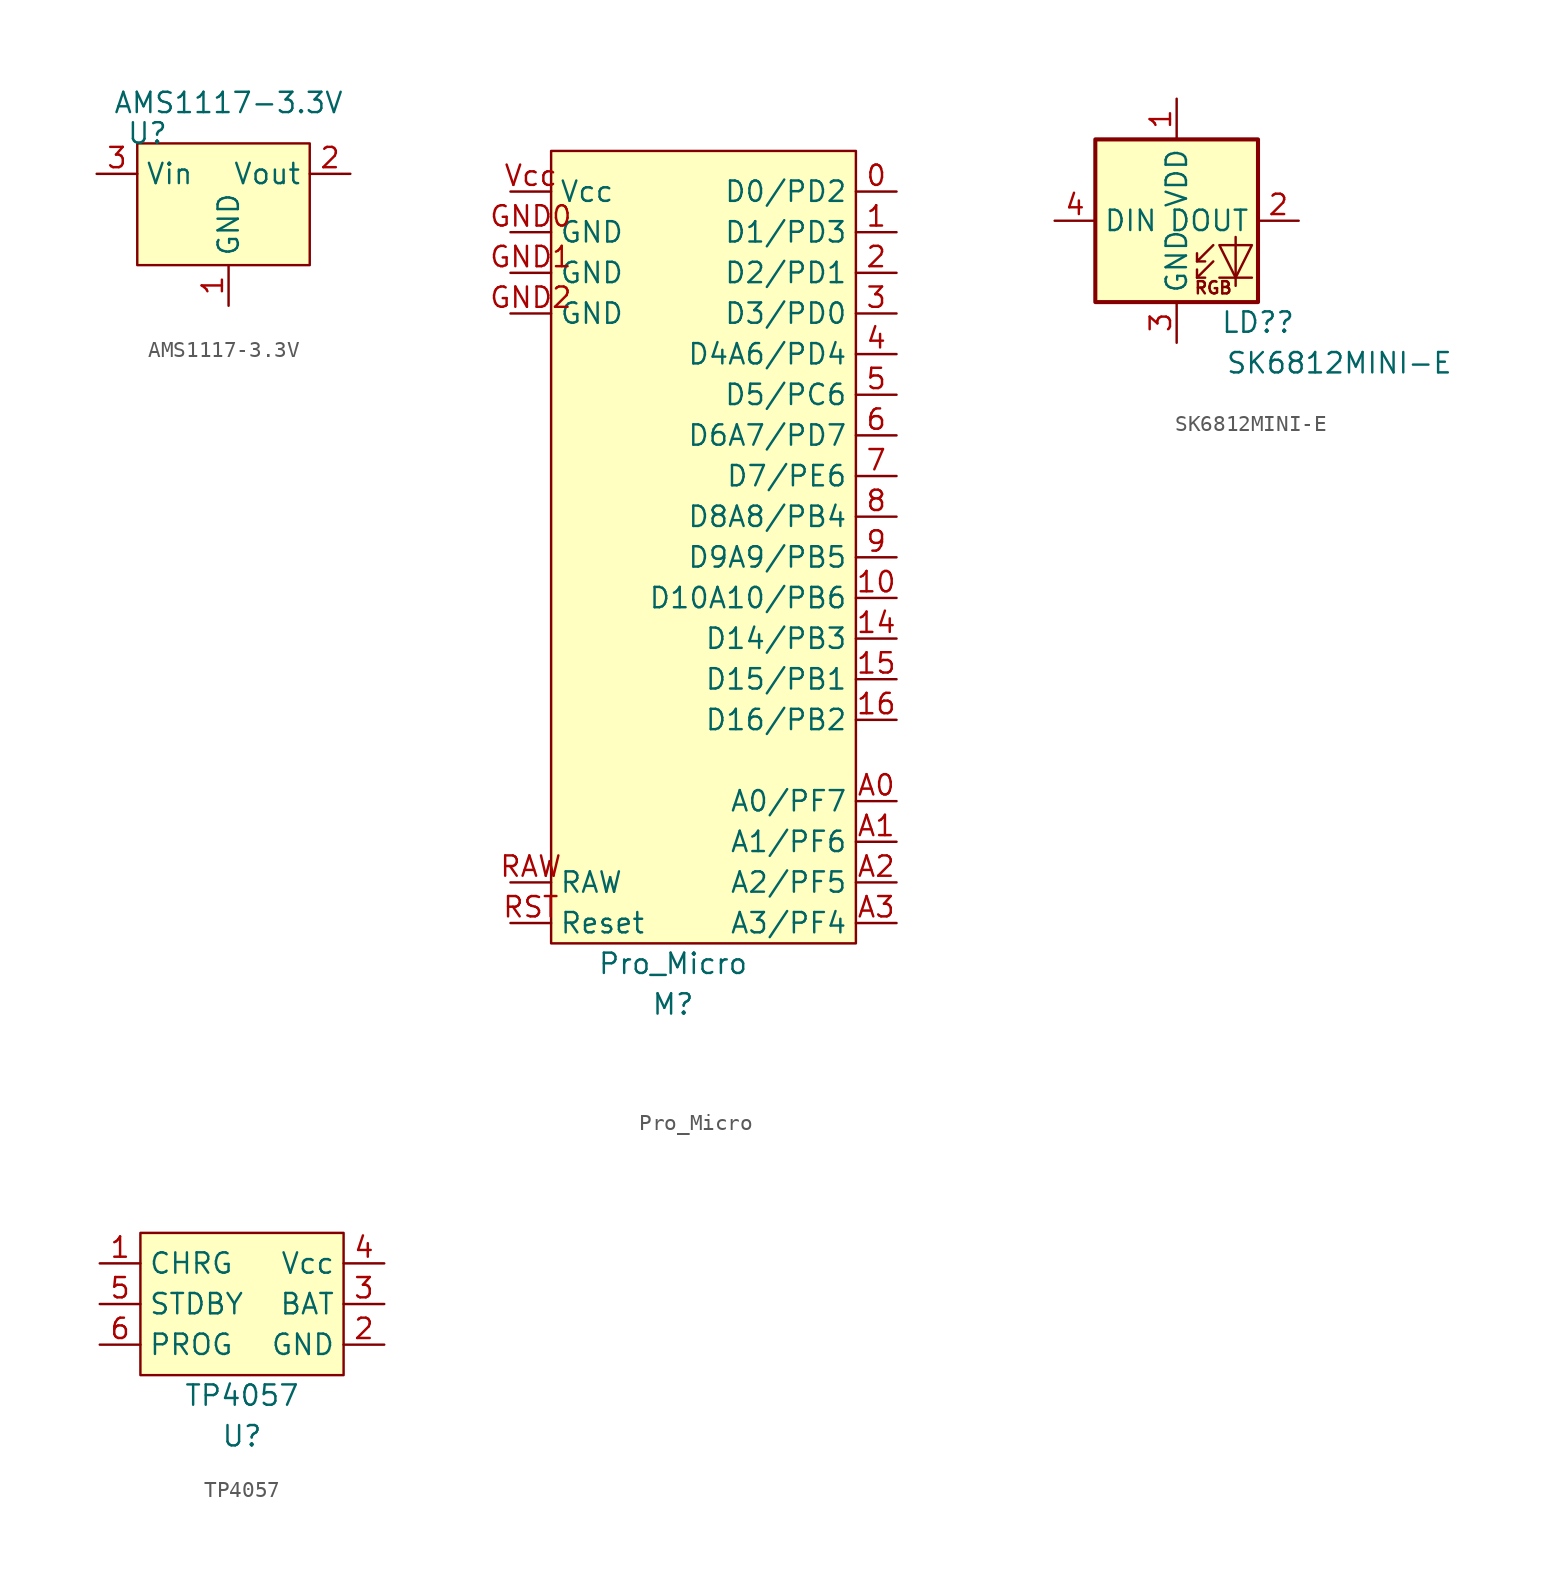
<source format=kicad_sym>
(kicad_symbol_lib
  (version 20220914)
  (generator kicad_symbol_editor)
  (symbol "AMS1117-3.3V"
    (property "Reference" "U"
      (at -5.08 2.54 0)
      (effects (font (size 1.27 1.27))))
    (property "Value" "AMS1117-3.3V"
      (at 0 4.445 0)
      (effects (font (size 1.27 1.27))))
    (symbol "AMS1117-3.3V_0_1"
      (rectangle (start -5.715 1.905) (end 5.08 -5.715) (stroke (width 0) (type default)) (fill (type background))))
    (symbol "AMS1117-3.3V_1_1"
      (pin power_in line (at 0 -8.255 90) (length 2.54) (name "GND" (effects (font (size 1.27 1.27)))) (number "1" (effects (font (size 1.27 1.27)))))
      (pin power_out line (at 7.62 0 180) (length 2.54) (name "Vout" (effects (font (size 1.27 1.27)))) (number "2" (effects (font (size 1.27 1.27)))))
      (pin power_in line (at -8.255 0 0) (length 2.54) (name "Vin" (effects (font (size 1.27 1.27)))) (number "3" (effects (font (size 1.27 1.27)))))))
  (symbol "Pro_Micro"
    (property "Reference" "M"
      (at 0 -27.94 0)
      (effects (font (size 1.27 1.27))))
    (property "Value" "Pro_Micro"
      (at 0 -25.4 0)
      (effects (font (size 1.27 1.27))))
    (symbol "Pro_Micro_0_1"
      (rectangle (start -7.62 25.4) (end 11.43 -24.13) (stroke (width 0) (type default)) (fill (type background))))
    (symbol "Pro_Micro_1_1"
      (pin bidirectional line (at 13.97 22.86 180) (length 2.54) (name "D0/PD2" (effects (font (size 1.27 1.27)))) (number "0" (effects (font (size 1.27 1.27)))))
      (pin bidirectional line (at 13.97 20.32 180) (length 2.54) (name "D1/PD3" (effects (font (size 1.27 1.27)))) (number "1" (effects (font (size 1.27 1.27)))))
      (pin bidirectional line (at 13.97 -2.54 180) (length 2.54) (name "D10A10/PB6" (effects (font (size 1.27 1.27)))) (number "10" (effects (font (size 1.27 1.27)))))
      (pin bidirectional line (at 13.97 -5.08 180) (length 2.54) (name "D14/PB3" (effects (font (size 1.27 1.27)))) (number "14" (effects (font (size 1.27 1.27)))))
      (pin bidirectional line (at 13.97 -7.62 180) (length 2.54) (name "D15/PB1" (effects (font (size 1.27 1.27)))) (number "15" (effects (font (size 1.27 1.27)))))
      (pin bidirectional line (at 13.97 -10.16 180) (length 2.54) (name "D16/PB2" (effects (font (size 1.27 1.27)))) (number "16" (effects (font (size 1.27 1.27)))))
      (pin bidirectional line (at 13.97 17.78 180) (length 2.54) (name "D2/PD1" (effects (font (size 1.27 1.27)))) (number "2" (effects (font (size 1.27 1.27)))))
      (pin bidirectional line (at 13.97 15.24 180) (length 2.54) (name "D3/PD0" (effects (font (size 1.27 1.27)))) (number "3" (effects (font (size 1.27 1.27)))))
      (pin bidirectional line (at 13.97 12.7 180) (length 2.54) (name "D4A6/PD4" (effects (font (size 1.27 1.27)))) (number "4" (effects (font (size 1.27 1.27)))))
      (pin bidirectional line (at 13.97 10.16 180) (length 2.54) (name "D5/PC6" (effects (font (size 1.27 1.27)))) (number "5" (effects (font (size 1.27 1.27)))))
      (pin bidirectional line (at 13.97 7.62 180) (length 2.54) (name "D6A7/PD7" (effects (font (size 1.27 1.27)))) (number "6" (effects (font (size 1.27 1.27)))))
      (pin bidirectional line (at 13.97 5.08 180) (length 2.54) (name "D7/PE6" (effects (font (size 1.27 1.27)))) (number "7" (effects (font (size 1.27 1.27)))))
      (pin bidirectional line (at 13.97 2.54 180) (length 2.54) (name "D8A8/PB4" (effects (font (size 1.27 1.27)))) (number "8" (effects (font (size 1.27 1.27)))))
      (pin bidirectional line (at 13.97 0 180) (length 2.54) (name "D9A9/PB5" (effects (font (size 1.27 1.27)))) (number "9" (effects (font (size 1.27 1.27)))))
      (pin bidirectional line (at 13.97 -15.24 180) (length 2.54) (name "A0/PF7" (effects (font (size 1.27 1.27)))) (number "A0" (effects (font (size 1.27 1.27)))))
      (pin bidirectional line (at 13.97 -17.78 180) (length 2.54) (name "A1/PF6" (effects (font (size 1.27 1.27)))) (number "A1" (effects (font (size 1.27 1.27)))))
      (pin bidirectional line (at 13.97 -20.32 180) (length 2.54) (name "A2/PF5" (effects (font (size 1.27 1.27)))) (number "A2" (effects (font (size 1.27 1.27)))))
      (pin bidirectional line (at 13.97 -22.86 180) (length 2.54) (name "A3/PF4" (effects (font (size 1.27 1.27)))) (number "A3" (effects (font (size 1.27 1.27)))))
      (pin power_in line (at -10.16 20.32 0) (length 2.54) (name "GND" (effects (font (size 1.27 1.27)))) (number "GND0" (effects (font (size 1.27 1.27)))))
      (pin power_in line (at -10.16 17.78 0) (length 2.54) (name "GND" (effects (font (size 1.27 1.27)))) (number "GND1" (effects (font (size 1.27 1.27)))))
      (pin power_in line (at -10.16 15.24 0) (length 2.54) (name "GND" (effects (font (size 1.27 1.27)))) (number "GND2" (effects (font (size 1.27 1.27)))))
      (pin bidirectional line (at -10.16 -20.32 0) (length 2.54) (name "RAW" (effects (font (size 1.27 1.27)))) (number "RAW" (effects (font (size 1.27 1.27)))))
      (pin bidirectional line (at -10.16 -22.86 0) (length 2.54) (name "Reset" (effects (font (size 1.27 1.27)))) (number "RST" (effects (font (size 1.27 1.27)))))
      (pin power_in line (at -10.16 22.86 0) (length 2.54) (name "Vcc" (effects (font (size 1.27 1.27)))) (number "Vcc" (effects (font (size 1.27 1.27)))))))
  (symbol "SK6812MINI-E"
    (property "Reference" "LD?"
      (at 5.08 -6.35 0)
      (effects (font (size 1.27 1.27))))
    (property "Value" "SK6812MINI-E"
      (at 10.16 -8.89 0)
      (effects (font (size 1.27 1.27))))
    (symbol "SK6812MINI-E_0_0"
      (text "RGB" (at 2.286 -4.191 0) (effects (font (size 0.762 0.762)))))
    (symbol "SK6812MINI-E_0_1"
      (polyline (pts (xy 1.27 -3.556) (xy 1.778 -3.556)) (stroke (width 0) (type default)) (fill (type none)))
      (polyline (pts (xy 1.27 -2.54) (xy 1.778 -2.54)) (stroke (width 0) (type default)) (fill (type none)))
      (polyline (pts (xy 4.699 -3.556) (xy 2.667 -3.556)) (stroke (width 0) (type default)) (fill (type none)))
      (polyline (pts (xy 2.286 -2.54) (xy 1.27 -3.556) (xy 1.27 -3.048)) (stroke (width 0) (type default)) (fill (type none)))
      (polyline (pts (xy 2.286 -1.524) (xy 1.27 -2.54) (xy 1.27 -2.032)) (stroke (width 0) (type default)) (fill (type none)))
      (polyline (pts (xy 3.683 -1.016) (xy 3.683 -3.556) (xy 3.683 -4.064)) (stroke (width 0) (type default)) (fill (type none)))
      (polyline (pts (xy 4.699 -1.524) (xy 2.667 -1.524) (xy 3.683 -3.556) (xy 4.699 -1.524)) (stroke (width 0) (type default)) (fill (type none)))
      (rectangle (start 5.08 5.08) (end -5.08 -5.08) (stroke (width 0.254) (type default)) (fill (type background))))
    (symbol "SK6812MINI-E_1_1"
      (pin power_in line (at 0 7.62 270) (length 2.54) (name "VDD" (effects (font (size 1.27 1.27)))) (number "1" (effects (font (size 1.27 1.27)))))
      (pin output line (at 7.62 0 180) (length 2.54) (name "DOUT" (effects (font (size 1.27 1.27)))) (number "2" (effects (font (size 1.27 1.27)))))
      (pin power_in line (at 0 -7.62 90) (length 2.54) (name "GND" (effects (font (size 1.27 1.27)))) (number "3" (effects (font (size 1.27 1.27)))))
      (pin input line (at -7.62 0 0) (length 2.54) (name "DIN" (effects (font (size 1.27 1.27)))) (number "4" (effects (font (size 1.27 1.27)))))))
  (symbol "TP4057"
    (property "Reference" "U"
      (at 0 -8.255 0)
      (effects (font (size 1.27 1.27))))
    (property "Value" "TP4057"
      (at 0 -5.715 0)
      (effects (font (size 1.27 1.27))))
    (symbol "TP4057_0_1"
      (rectangle (start -6.35 4.445) (end 6.35 -4.445) (stroke (width 0) (type default)) (fill (type background))))
    (symbol "TP4057_1_1"
      (pin output line (at -8.89 2.54 0) (length 2.54) (name "CHRG" (effects (font (size 1.27 1.27)))) (number "1" (effects (font (size 1.27 1.27)))))
      (pin power_in line (at 8.89 -2.54 180) (length 2.54) (name "GND" (effects (font (size 1.27 1.27)))) (number "2" (effects (font (size 1.27 1.27)))))
      (pin power_in line (at 8.89 0 180) (length 2.54) (name "BAT" (effects (font (size 1.27 1.27)))) (number "3" (effects (font (size 1.27 1.27)))))
      (pin power_in line (at 8.89 2.54 180) (length 2.54) (name "Vcc" (effects (font (size 1.27 1.27)))) (number "4" (effects (font (size 1.27 1.27)))))
      (pin output line (at -8.89 0 0) (length 2.54) (name "STDBY" (effects (font (size 1.27 1.27)))) (number "5" (effects (font (size 1.27 1.27)))))
      (pin input line (at -8.89 -2.54 0) (length 2.54) (name "PROG" (effects (font (size 1.27 1.27)))) (number "6" (effects (font (size 1.27 1.27))))))))
</source>
